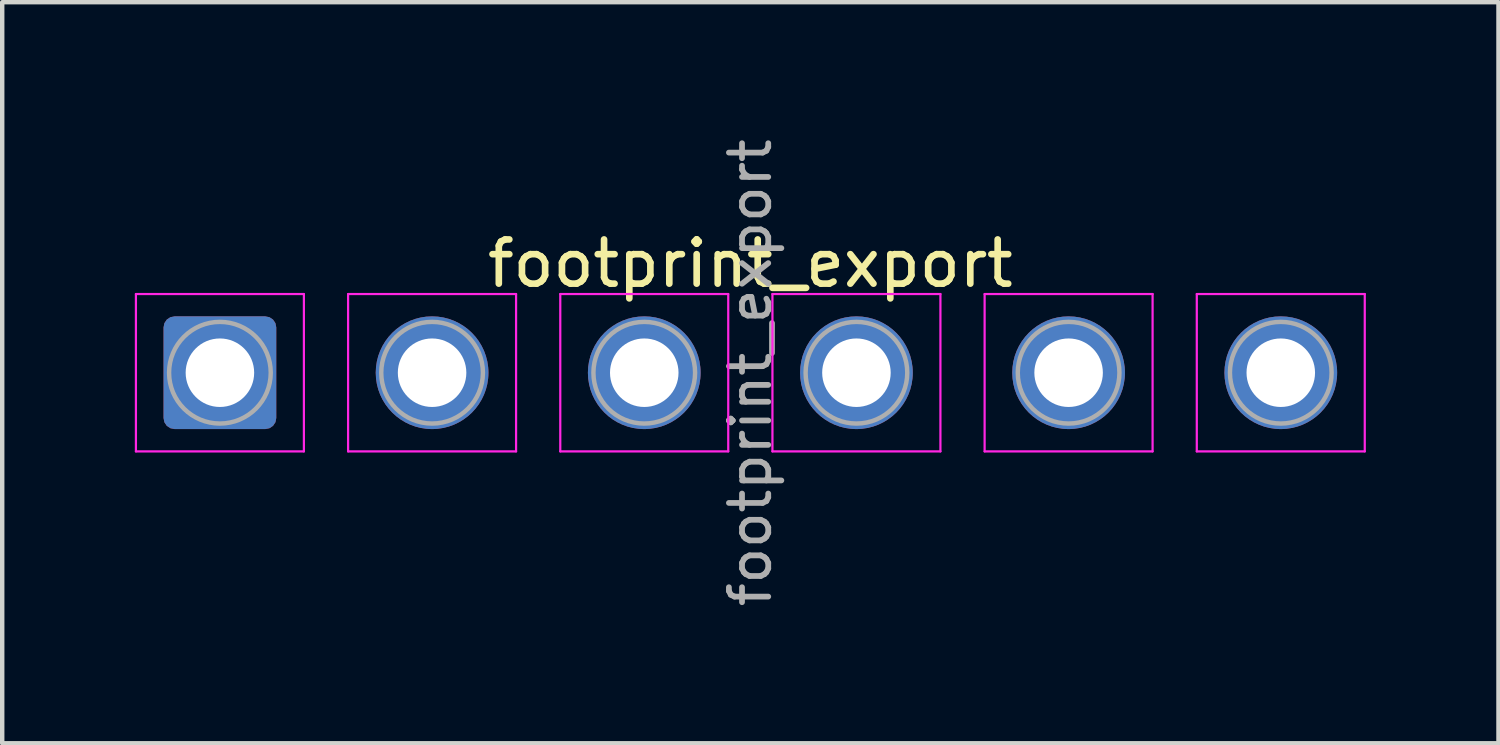
<source format=kicad_pcb>
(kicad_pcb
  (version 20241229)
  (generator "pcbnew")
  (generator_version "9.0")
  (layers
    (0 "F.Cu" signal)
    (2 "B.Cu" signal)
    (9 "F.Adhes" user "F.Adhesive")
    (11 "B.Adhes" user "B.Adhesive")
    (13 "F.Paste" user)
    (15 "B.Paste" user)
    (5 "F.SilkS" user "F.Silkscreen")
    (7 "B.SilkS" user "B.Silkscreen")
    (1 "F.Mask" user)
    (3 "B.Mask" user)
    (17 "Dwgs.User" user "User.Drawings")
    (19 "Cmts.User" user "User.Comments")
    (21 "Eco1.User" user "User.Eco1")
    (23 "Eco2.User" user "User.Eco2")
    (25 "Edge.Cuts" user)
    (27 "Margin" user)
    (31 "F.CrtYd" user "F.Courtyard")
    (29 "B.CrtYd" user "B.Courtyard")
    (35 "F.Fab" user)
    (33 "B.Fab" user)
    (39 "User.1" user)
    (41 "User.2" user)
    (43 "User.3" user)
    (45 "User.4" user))
  (footprint "footprint_export"
    (layer "F.Cu")
    (at 1.925 5.382)
    (property "Reference" "footprint_export" (at 12 -2.47 0) (layer "F.SilkS") (effects (font (size 1 1) (thickness 0.15))))
    (attr exclude_from_pos_files exclude_from_bom)
    (fp_line (start -1.9 -1.78) (end -1.9 1.78) (stroke (width 0.05) (type solid)) (layer "F.CrtYd"))
    (fp_line (start -1.9 1.78) (end 1.9 1.78) (stroke (width 0.05) (type solid)) (layer "F.CrtYd"))
    (fp_line (start 1.9 -1.78) (end -1.9 -1.78) (stroke (width 0.05) (type solid)) (layer "F.CrtYd"))
    (fp_line (start 1.9 1.78) (end 1.9 -1.78) (stroke (width 0.05) (type solid)) (layer "F.CrtYd"))
    (fp_line (start 2.9 -1.78) (end 2.9 1.78) (stroke (width 0.05) (type solid)) (layer "F.CrtYd"))
    (fp_line (start 2.9 1.78) (end 6.7 1.78) (stroke (width 0.05) (type solid)) (layer "F.CrtYd"))
    (fp_line (start 6.7 -1.78) (end 2.9 -1.78) (stroke (width 0.05) (type solid)) (layer "F.CrtYd"))
    (fp_line (start 6.7 1.78) (end 6.7 -1.78) (stroke (width 0.05) (type solid)) (layer "F.CrtYd"))
    (fp_line (start 7.7 -1.78) (end 7.7 1.78) (stroke (width 0.05) (type solid)) (layer "F.CrtYd"))
    (fp_line (start 7.7 1.78) (end 11.5 1.78) (stroke (width 0.05) (type solid)) (layer "F.CrtYd"))
    (fp_line (start 11.5 -1.78) (end 7.7 -1.78) (stroke (width 0.05) (type solid)) (layer "F.CrtYd"))
    (fp_line (start 11.5 1.78) (end 11.5 -1.78) (stroke (width 0.05) (type solid)) (layer "F.CrtYd"))
    (fp_line (start 12.5 -1.78) (end 12.5 1.78) (stroke (width 0.05) (type solid)) (layer "F.CrtYd"))
    (fp_line (start 12.5 1.78) (end 16.3 1.78) (stroke (width 0.05) (type solid)) (layer "F.CrtYd"))
    (fp_line (start 16.3 -1.78) (end 12.5 -1.78) (stroke (width 0.05) (type solid)) (layer "F.CrtYd"))
    (fp_line (start 16.3 1.78) (end 16.3 -1.78) (stroke (width 0.05) (type solid)) (layer "F.CrtYd"))
    (fp_line (start 17.3 -1.78) (end 17.3 1.78) (stroke (width 0.05) (type solid)) (layer "F.CrtYd"))
    (fp_line (start 17.3 1.78) (end 21.1 1.78) (stroke (width 0.05) (type solid)) (layer "F.CrtYd"))
    (fp_line (start 21.1 -1.78) (end 17.3 -1.78) (stroke (width 0.05) (type solid)) (layer "F.CrtYd"))
    (fp_line (start 21.1 1.78) (end 21.1 -1.78) (stroke (width 0.05) (type solid)) (layer "F.CrtYd"))
    (fp_line (start 22.1 -1.78) (end 22.1 1.78) (stroke (width 0.05) (type solid)) (layer "F.CrtYd"))
    (fp_line (start 22.1 1.78) (end 25.9 1.78) (stroke (width 0.05) (type solid)) (layer "F.CrtYd"))
    (fp_line (start 25.9 -1.78) (end 22.1 -1.78) (stroke (width 0.05) (type solid)) (layer "F.CrtYd"))
    (fp_line (start 25.9 1.78) (end 25.9 -1.78) (stroke (width 0.05) (type solid)) (layer "F.CrtYd"))
    (fp_circle (center 0 0) (end 1.15 0) (stroke (width 0.1) (type solid)) (fill no) (layer "F.Fab"))
    (fp_circle (center 4.8 0) (end 5.95 0) (stroke (width 0.1) (type solid)) (fill no) (layer "F.Fab"))
    (fp_circle (center 9.6 0) (end 10.75 0) (stroke (width 0.1) (type solid)) (fill no) (layer "F.Fab"))
    (fp_circle (center 14.4 0) (end 15.55 0) (stroke (width 0.1) (type solid)) (fill no) (layer "F.Fab"))
    (fp_circle (center 19.2 0) (end 20.35 0) (stroke (width 0.1) (type solid)) (fill no) (layer "F.Fab"))
    (fp_circle (center 24 0) (end 25.15 0) (stroke (width 0.1) (type solid)) (fill no) (layer "F.Fab"))
    (fp_text user "${REFERENCE}" (at 12 0 90) (layer "F.Fab") (effects (font (size 0.89 0.89) (thickness 0.13))))
    (pad "1" thru_hole roundrect (at 0 0) (size 2.55 2.55) (drill 1.55) (layers "*.Cu" "*.Mask") (roundrect_rratio 0.098))
    (pad "2" thru_hole circle (at 4.8 0) (size 2.55 2.55) (drill 1.55) (layers "*.Cu" "*.Mask"))
    (pad "3" thru_hole circle (at 9.6 0) (size 2.55 2.55) (drill 1.55) (layers "*.Cu" "*.Mask"))
    (pad "4" thru_hole circle (at 14.4 0) (size 2.55 2.55) (drill 1.55) (layers "*.Cu" "*.Mask"))
    (pad "5" thru_hole circle (at 19.2 0) (size 2.55 2.55) (drill 1.55) (layers "*.Cu" "*.Mask"))
    (pad "6" thru_hole circle (at 24 0) (size 2.55 2.55) (drill 1.55) (layers "*.Cu" "*.Mask")))
  (gr_rect
    (start -3 -3)
    (end 30.85 13.765)
    (stroke (width 0.1) (type default))
    (fill no)
    (layer "Edge.Cuts")))
</source>
